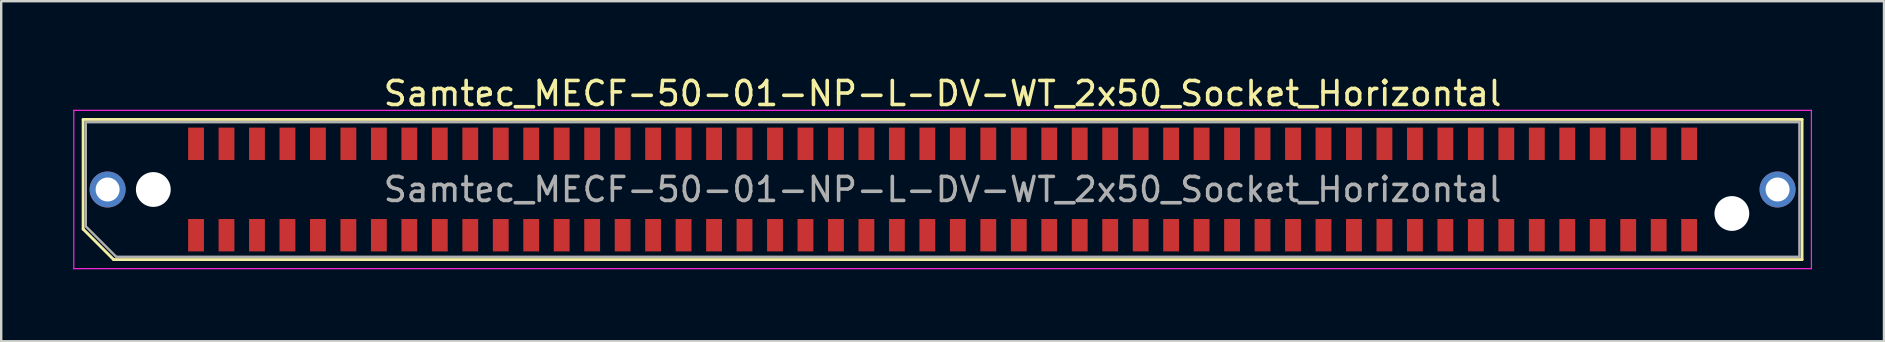
<source format=kicad_pcb>
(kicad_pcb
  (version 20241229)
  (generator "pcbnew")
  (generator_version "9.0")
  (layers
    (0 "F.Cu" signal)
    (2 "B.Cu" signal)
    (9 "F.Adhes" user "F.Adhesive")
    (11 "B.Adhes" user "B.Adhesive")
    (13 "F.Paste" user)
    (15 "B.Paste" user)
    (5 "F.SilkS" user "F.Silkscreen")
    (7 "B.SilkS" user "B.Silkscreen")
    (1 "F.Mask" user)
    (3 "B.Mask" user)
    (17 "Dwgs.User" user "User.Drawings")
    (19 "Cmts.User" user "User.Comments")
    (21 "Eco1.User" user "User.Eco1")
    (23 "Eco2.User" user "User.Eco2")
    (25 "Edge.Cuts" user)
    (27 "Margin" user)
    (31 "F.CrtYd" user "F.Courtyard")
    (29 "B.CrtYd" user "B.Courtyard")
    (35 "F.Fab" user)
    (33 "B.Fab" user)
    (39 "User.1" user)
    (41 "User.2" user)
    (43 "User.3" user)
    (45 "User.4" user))
  (footprint "Samtec_MECF-50-01-NP-L-DV-WT_2x50_Socket_Horizontal"
    (layer "F.Cu")
    (at 36.235 4.848)
    (property "Reference" "Samtec_MECF-50-01-NP-L-DV-WT_2x50_Socket_Horizontal" (at 0 -4 0) (layer "F.SilkS") (effects (font (size 1 1) (thickness 0.15))))
    (attr smd)
    (fp_line (start -35.82 -2.92) (end 35.82 -2.92) (stroke (width 0.12) (type solid)) (layer "F.SilkS"))
    (fp_line (start -35.82 1.65) (end -35.82 -2.92) (stroke (width 0.12) (type solid)) (layer "F.SilkS"))
    (fp_line (start -34.55 2.92) (end -35.82 1.65) (stroke (width 0.12) (type solid)) (layer "F.SilkS"))
    (fp_line (start -34.55 2.92) (end 35.82 2.92) (stroke (width 0.12) (type solid)) (layer "F.SilkS"))
    (fp_line (start 35.82 2.92) (end 35.82 -2.92) (stroke (width 0.12) (type solid)) (layer "F.SilkS"))
    (fp_line (start -36.21 -3.3) (end -36.21 3.3) (stroke (width 0.05) (type solid)) (layer "F.CrtYd"))
    (fp_line (start -36.21 3.3) (end 36.21 3.3) (stroke (width 0.05) (type solid)) (layer "F.CrtYd"))
    (fp_line (start 36.21 -3.3) (end -36.21 -3.3) (stroke (width 0.05) (type solid)) (layer "F.CrtYd"))
    (fp_line (start 36.21 3.3) (end 36.21 -3.3) (stroke (width 0.05) (type solid)) (layer "F.CrtYd"))
    (fp_line (start -35.71 -2.805) (end 35.71 -2.805) (stroke (width 0.1) (type solid)) (layer "F.Fab"))
    (fp_line (start -35.71 1.535) (end -35.71 -2.805) (stroke (width 0.1) (type solid)) (layer "F.Fab"))
    (fp_line (start -35.71 1.535) (end -34.44 2.805) (stroke (width 0.1) (type solid)) (layer "F.Fab"))
    (fp_line (start -34.44 2.805) (end 35.71 2.805) (stroke (width 0.1) (type solid)) (layer "F.Fab"))
    (fp_line (start 35.71 2.805) (end 35.71 -2.805) (stroke (width 0.1) (type solid)) (layer "F.Fab"))
    (fp_text user "${REFERENCE}" (at 0 0 0) (layer "F.Fab") (effects (font (size 1 1) (thickness 0.15))))
    (pad "" thru_hole circle (at -34.8 0) (size 1.5 1.5) (drill 1) (layers "*.Cu" "*.Mask"))
    (pad "" np_thru_hole circle (at -32.895 0) (size 1.45 1.45) (drill 1.45) (layers "*.Cu" "*.Mask"))
    (pad "" np_thru_hole circle (at 32.895 1) (size 1.45 1.45) (drill 1.45) (layers "*.Cu" "*.Mask"))
    (pad "" thru_hole circle (at 34.8 0) (size 1.5 1.5) (drill 1) (layers "*.Cu" "*.Mask"))
    (pad "1" smd rect (at -31.115 1.905) (size 0.66 1.35) (layers "F.Cu" "F.Mask" "F.Paste"))
    (pad "2" smd rect (at -31.115 -1.905) (size 0.66 1.35) (layers "F.Cu" "F.Mask" "F.Paste"))
    (pad "3" smd rect (at -29.845 1.905) (size 0.66 1.35) (layers "F.Cu" "F.Mask" "F.Paste"))
    (pad "4" smd rect (at -29.845 -1.905) (size 0.66 1.35) (layers "F.Cu" "F.Mask" "F.Paste"))
    (pad "5" smd rect (at -28.575 1.905) (size 0.66 1.35) (layers "F.Cu" "F.Mask" "F.Paste"))
    (pad "6" smd rect (at -28.575 -1.905) (size 0.66 1.35) (layers "F.Cu" "F.Mask" "F.Paste"))
    (pad "7" smd rect (at -27.305 1.905) (size 0.66 1.35) (layers "F.Cu" "F.Mask" "F.Paste"))
    (pad "8" smd rect (at -27.305 -1.905) (size 0.66 1.35) (layers "F.Cu" "F.Mask" "F.Paste"))
    (pad "9" smd rect (at -26.035 1.905) (size 0.66 1.35) (layers "F.Cu" "F.Mask" "F.Paste"))
    (pad "10" smd rect (at -26.035 -1.905) (size 0.66 1.35) (layers "F.Cu" "F.Mask" "F.Paste"))
    (pad "11" smd rect (at -24.765 1.905) (size 0.66 1.35) (layers "F.Cu" "F.Mask" "F.Paste"))
    (pad "12" smd rect (at -24.765 -1.905) (size 0.66 1.35) (layers "F.Cu" "F.Mask" "F.Paste"))
    (pad "13" smd rect (at -23.495 1.905) (size 0.66 1.35) (layers "F.Cu" "F.Mask" "F.Paste"))
    (pad "14" smd rect (at -23.495 -1.905) (size 0.66 1.35) (layers "F.Cu" "F.Mask" "F.Paste"))
    (pad "15" smd rect (at -22.225 1.905) (size 0.66 1.35) (layers "F.Cu" "F.Mask" "F.Paste"))
    (pad "16" smd rect (at -22.225 -1.905) (size 0.66 1.35) (layers "F.Cu" "F.Mask" "F.Paste"))
    (pad "17" smd rect (at -20.955 1.905) (size 0.66 1.35) (layers "F.Cu" "F.Mask" "F.Paste"))
    (pad "18" smd rect (at -20.955 -1.905) (size 0.66 1.35) (layers "F.Cu" "F.Mask" "F.Paste"))
    (pad "19" smd rect (at -19.685 1.905) (size 0.66 1.35) (layers "F.Cu" "F.Mask" "F.Paste"))
    (pad "20" smd rect (at -19.685 -1.905) (size 0.66 1.35) (layers "F.Cu" "F.Mask" "F.Paste"))
    (pad "21" smd rect (at -18.415 1.905) (size 0.66 1.35) (layers "F.Cu" "F.Mask" "F.Paste"))
    (pad "22" smd rect (at -18.415 -1.905) (size 0.66 1.35) (layers "F.Cu" "F.Mask" "F.Paste"))
    (pad "23" smd rect (at -17.145 1.905) (size 0.66 1.35) (layers "F.Cu" "F.Mask" "F.Paste"))
    (pad "24" smd rect (at -17.145 -1.905) (size 0.66 1.35) (layers "F.Cu" "F.Mask" "F.Paste"))
    (pad "25" smd rect (at -15.875 1.905) (size 0.66 1.35) (layers "F.Cu" "F.Mask" "F.Paste"))
    (pad "26" smd rect (at -15.875 -1.905) (size 0.66 1.35) (layers "F.Cu" "F.Mask" "F.Paste"))
    (pad "27" smd rect (at -14.605 1.905) (size 0.66 1.35) (layers "F.Cu" "F.Mask" "F.Paste"))
    (pad "28" smd rect (at -14.605 -1.905) (size 0.66 1.35) (layers "F.Cu" "F.Mask" "F.Paste"))
    (pad "29" smd rect (at -13.335 1.905) (size 0.66 1.35) (layers "F.Cu" "F.Mask" "F.Paste"))
    (pad "30" smd rect (at -13.335 -1.905) (size 0.66 1.35) (layers "F.Cu" "F.Mask" "F.Paste"))
    (pad "31" smd rect (at -12.065 1.905) (size 0.66 1.35) (layers "F.Cu" "F.Mask" "F.Paste"))
    (pad "32" smd rect (at -12.065 -1.905) (size 0.66 1.35) (layers "F.Cu" "F.Mask" "F.Paste"))
    (pad "33" smd rect (at -10.795 1.905) (size 0.66 1.35) (layers "F.Cu" "F.Mask" "F.Paste"))
    (pad "34" smd rect (at -10.795 -1.905) (size 0.66 1.35) (layers "F.Cu" "F.Mask" "F.Paste"))
    (pad "35" smd rect (at -9.525 1.905) (size 0.66 1.35) (layers "F.Cu" "F.Mask" "F.Paste"))
    (pad "36" smd rect (at -9.525 -1.905) (size 0.66 1.35) (layers "F.Cu" "F.Mask" "F.Paste"))
    (pad "37" smd rect (at -8.255 1.905) (size 0.66 1.35) (layers "F.Cu" "F.Mask" "F.Paste"))
    (pad "38" smd rect (at -8.255 -1.905) (size 0.66 1.35) (layers "F.Cu" "F.Mask" "F.Paste"))
    (pad "39" smd rect (at -6.985 1.905) (size 0.66 1.35) (layers "F.Cu" "F.Mask" "F.Paste"))
    (pad "40" smd rect (at -6.985 -1.905) (size 0.66 1.35) (layers "F.Cu" "F.Mask" "F.Paste"))
    (pad "41" smd rect (at -5.715 1.905) (size 0.66 1.35) (layers "F.Cu" "F.Mask" "F.Paste"))
    (pad "42" smd rect (at -5.715 -1.905) (size 0.66 1.35) (layers "F.Cu" "F.Mask" "F.Paste"))
    (pad "43" smd rect (at -4.445 1.905) (size 0.66 1.35) (layers "F.Cu" "F.Mask" "F.Paste"))
    (pad "44" smd rect (at -4.445 -1.905) (size 0.66 1.35) (layers "F.Cu" "F.Mask" "F.Paste"))
    (pad "45" smd rect (at -3.175 1.905) (size 0.66 1.35) (layers "F.Cu" "F.Mask" "F.Paste"))
    (pad "46" smd rect (at -3.175 -1.905) (size 0.66 1.35) (layers "F.Cu" "F.Mask" "F.Paste"))
    (pad "47" smd rect (at -1.905 1.905) (size 0.66 1.35) (layers "F.Cu" "F.Mask" "F.Paste"))
    (pad "48" smd rect (at -1.905 -1.905) (size 0.66 1.35) (layers "F.Cu" "F.Mask" "F.Paste"))
    (pad "49" smd rect (at -0.635 1.905) (size 0.66 1.35) (layers "F.Cu" "F.Mask" "F.Paste"))
    (pad "50" smd rect (at -0.635 -1.905) (size 0.66 1.35) (layers "F.Cu" "F.Mask" "F.Paste"))
    (pad "51" smd rect (at 0.635 1.905) (size 0.66 1.35) (layers "F.Cu" "F.Mask" "F.Paste"))
    (pad "52" smd rect (at 0.635 -1.905) (size 0.66 1.35) (layers "F.Cu" "F.Mask" "F.Paste"))
    (pad "53" smd rect (at 1.905 1.905) (size 0.66 1.35) (layers "F.Cu" "F.Mask" "F.Paste"))
    (pad "54" smd rect (at 1.905 -1.905) (size 0.66 1.35) (layers "F.Cu" "F.Mask" "F.Paste"))
    (pad "55" smd rect (at 3.175 1.905) (size 0.66 1.35) (layers "F.Cu" "F.Mask" "F.Paste"))
    (pad "56" smd rect (at 3.175 -1.905) (size 0.66 1.35) (layers "F.Cu" "F.Mask" "F.Paste"))
    (pad "57" smd rect (at 4.445 1.905) (size 0.66 1.35) (layers "F.Cu" "F.Mask" "F.Paste"))
    (pad "58" smd rect (at 4.445 -1.905) (size 0.66 1.35) (layers "F.Cu" "F.Mask" "F.Paste"))
    (pad "59" smd rect (at 5.715 1.905) (size 0.66 1.35) (layers "F.Cu" "F.Mask" "F.Paste"))
    (pad "60" smd rect (at 5.715 -1.905) (size 0.66 1.35) (layers "F.Cu" "F.Mask" "F.Paste"))
    (pad "61" smd rect (at 6.985 1.905) (size 0.66 1.35) (layers "F.Cu" "F.Mask" "F.Paste"))
    (pad "62" smd rect (at 6.985 -1.905) (size 0.66 1.35) (layers "F.Cu" "F.Mask" "F.Paste"))
    (pad "63" smd rect (at 8.255 1.905) (size 0.66 1.35) (layers "F.Cu" "F.Mask" "F.Paste"))
    (pad "64" smd rect (at 8.255 -1.905) (size 0.66 1.35) (layers "F.Cu" "F.Mask" "F.Paste"))
    (pad "65" smd rect (at 9.525 1.905) (size 0.66 1.35) (layers "F.Cu" "F.Mask" "F.Paste"))
    (pad "66" smd rect (at 9.525 -1.905) (size 0.66 1.35) (layers "F.Cu" "F.Mask" "F.Paste"))
    (pad "67" smd rect (at 10.795 1.905) (size 0.66 1.35) (layers "F.Cu" "F.Mask" "F.Paste"))
    (pad "68" smd rect (at 10.795 -1.905) (size 0.66 1.35) (layers "F.Cu" "F.Mask" "F.Paste"))
    (pad "69" smd rect (at 12.065 1.905) (size 0.66 1.35) (layers "F.Cu" "F.Mask" "F.Paste"))
    (pad "70" smd rect (at 12.065 -1.905) (size 0.66 1.35) (layers "F.Cu" "F.Mask" "F.Paste"))
    (pad "71" smd rect (at 13.335 1.905) (size 0.66 1.35) (layers "F.Cu" "F.Mask" "F.Paste"))
    (pad "72" smd rect (at 13.335 -1.905) (size 0.66 1.35) (layers "F.Cu" "F.Mask" "F.Paste"))
    (pad "73" smd rect (at 14.605 1.905) (size 0.66 1.35) (layers "F.Cu" "F.Mask" "F.Paste"))
    (pad "74" smd rect (at 14.605 -1.905) (size 0.66 1.35) (layers "F.Cu" "F.Mask" "F.Paste"))
    (pad "75" smd rect (at 15.875 1.905) (size 0.66 1.35) (layers "F.Cu" "F.Mask" "F.Paste"))
    (pad "76" smd rect (at 15.875 -1.905) (size 0.66 1.35) (layers "F.Cu" "F.Mask" "F.Paste"))
    (pad "77" smd rect (at 17.145 1.905) (size 0.66 1.35) (layers "F.Cu" "F.Mask" "F.Paste"))
    (pad "78" smd rect (at 17.145 -1.905) (size 0.66 1.35) (layers "F.Cu" "F.Mask" "F.Paste"))
    (pad "79" smd rect (at 18.415 1.905) (size 0.66 1.35) (layers "F.Cu" "F.Mask" "F.Paste"))
    (pad "80" smd rect (at 18.415 -1.905) (size 0.66 1.35) (layers "F.Cu" "F.Mask" "F.Paste"))
    (pad "81" smd rect (at 19.685 1.905) (size 0.66 1.35) (layers "F.Cu" "F.Mask" "F.Paste"))
    (pad "82" smd rect (at 19.685 -1.905) (size 0.66 1.35) (layers "F.Cu" "F.Mask" "F.Paste"))
    (pad "83" smd rect (at 20.955 1.905) (size 0.66 1.35) (layers "F.Cu" "F.Mask" "F.Paste"))
    (pad "84" smd rect (at 20.955 -1.905) (size 0.66 1.35) (layers "F.Cu" "F.Mask" "F.Paste"))
    (pad "85" smd rect (at 22.225 1.905) (size 0.66 1.35) (layers "F.Cu" "F.Mask" "F.Paste"))
    (pad "86" smd rect (at 22.225 -1.905) (size 0.66 1.35) (layers "F.Cu" "F.Mask" "F.Paste"))
    (pad "87" smd rect (at 23.495 1.905) (size 0.66 1.35) (layers "F.Cu" "F.Mask" "F.Paste"))
    (pad "88" smd rect (at 23.495 -1.905) (size 0.66 1.35) (layers "F.Cu" "F.Mask" "F.Paste"))
    (pad "89" smd rect (at 24.765 1.905) (size 0.66 1.35) (layers "F.Cu" "F.Mask" "F.Paste"))
    (pad "90" smd rect (at 24.765 -1.905) (size 0.66 1.35) (layers "F.Cu" "F.Mask" "F.Paste"))
    (pad "91" smd rect (at 26.035 1.905) (size 0.66 1.35) (layers "F.Cu" "F.Mask" "F.Paste"))
    (pad "92" smd rect (at 26.035 -1.905) (size 0.66 1.35) (layers "F.Cu" "F.Mask" "F.Paste"))
    (pad "93" smd rect (at 27.305 1.905) (size 0.66 1.35) (layers "F.Cu" "F.Mask" "F.Paste"))
    (pad "94" smd rect (at 27.305 -1.905) (size 0.66 1.35) (layers "F.Cu" "F.Mask" "F.Paste"))
    (pad "95" smd rect (at 28.575 1.905) (size 0.66 1.35) (layers "F.Cu" "F.Mask" "F.Paste"))
    (pad "96" smd rect (at 28.575 -1.905) (size 0.66 1.35) (layers "F.Cu" "F.Mask" "F.Paste"))
    (pad "97" smd rect (at 29.845 1.905) (size 0.66 1.35) (layers "F.Cu" "F.Mask" "F.Paste"))
    (pad "98" smd rect (at 29.845 -1.905) (size 0.66 1.35) (layers "F.Cu" "F.Mask" "F.Paste"))
    (pad "99" smd rect (at 31.115 1.905) (size 0.66 1.35) (layers "F.Cu" "F.Mask" "F.Paste"))
    (pad "100" smd rect (at 31.115 -1.905) (size 0.66 1.35) (layers "F.Cu" "F.Mask" "F.Paste")))
  (gr_rect
    (start -3 -3)
    (end 75.47 11.173)
    (stroke (width 0.1) (type default))
    (fill no)
    (layer "Edge.Cuts")))
</source>
